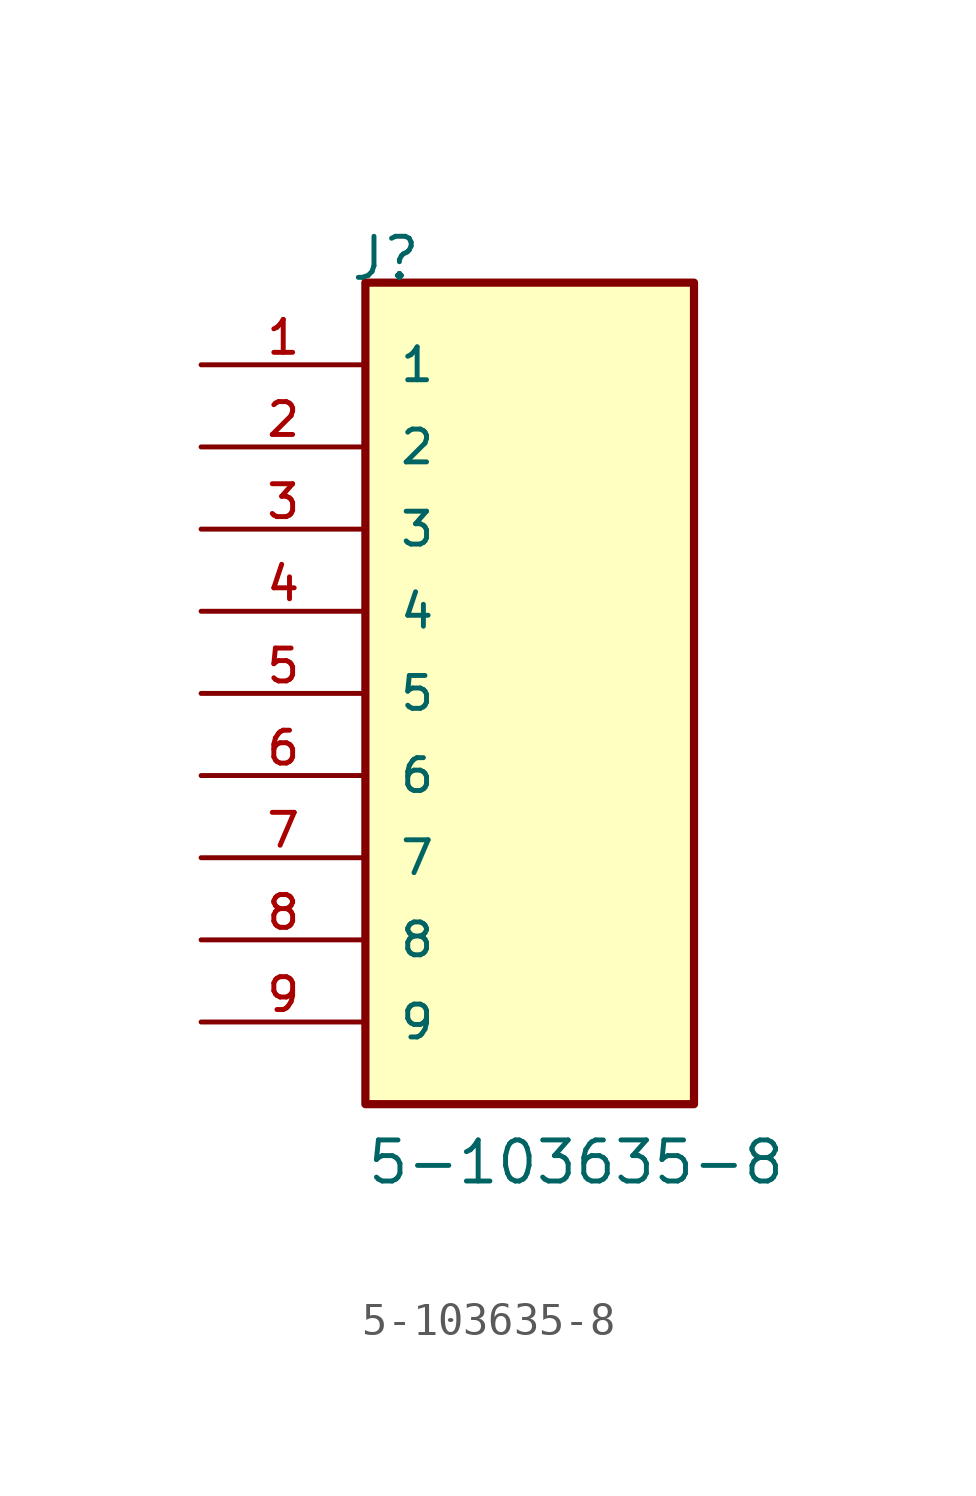
<source format=kicad_sym>
(kicad_symbol_lib
  (version 20211014)
  (generator kicad_symbol_editor)
  (symbol "5-103635-8"
    (pin_names
      (offset 1.016))
    (property "Reference" "J"
      (at -5.58 12.7 0)
      (effects (font (size 1.27 1.27)) (justify bottom left)))
    (property "Value" "5-103635-8"
      (at -5.08 -15.24 0)
      (effects (font (size 1.27 1.27)) (justify bottom left)))
    (symbol "5-103635-8_0_0"
      (rectangle (start -5.08 -12.7) (end 5.08 12.7) (stroke (width 0.254)) (fill (type background)))
      (pin passive line (at -10.16 10.16 0) (length 5.08) (name "1" (effects (font (size 1.016 1.016)))) (number "1" (effects (font (size 1.016 1.016)))))
      (pin passive line (at -10.16 7.62 0) (length 5.08) (name "2" (effects (font (size 1.016 1.016)))) (number "2" (effects (font (size 1.016 1.016)))))
      (pin passive line (at -10.16 5.08 0) (length 5.08) (name "3" (effects (font (size 1.016 1.016)))) (number "3" (effects (font (size 1.016 1.016)))))
      (pin passive line (at -10.16 2.54 0) (length 5.08) (name "4" (effects (font (size 1.016 1.016)))) (number "4" (effects (font (size 1.016 1.016)))))
      (pin passive line (at -10.16 0.0 0) (length 5.08) (name "5" (effects (font (size 1.016 1.016)))) (number "5" (effects (font (size 1.016 1.016)))))
      (pin passive line (at -10.16 -2.54 0) (length 5.08) (name "6" (effects (font (size 1.016 1.016)))) (number "6" (effects (font (size 1.016 1.016)))))
      (pin passive line (at -10.16 -5.08 0) (length 5.08) (name "7" (effects (font (size 1.016 1.016)))) (number "7" (effects (font (size 1.016 1.016)))))
      (pin passive line (at -10.16 -7.62 0) (length 5.08) (name "8" (effects (font (size 1.016 1.016)))) (number "8" (effects (font (size 1.016 1.016)))))
      (pin passive line (at -10.16 -10.16 0) (length 5.08) (name "9" (effects (font (size 1.016 1.016)))) (number "9" (effects (font (size 1.016 1.016))))))))
</source>
